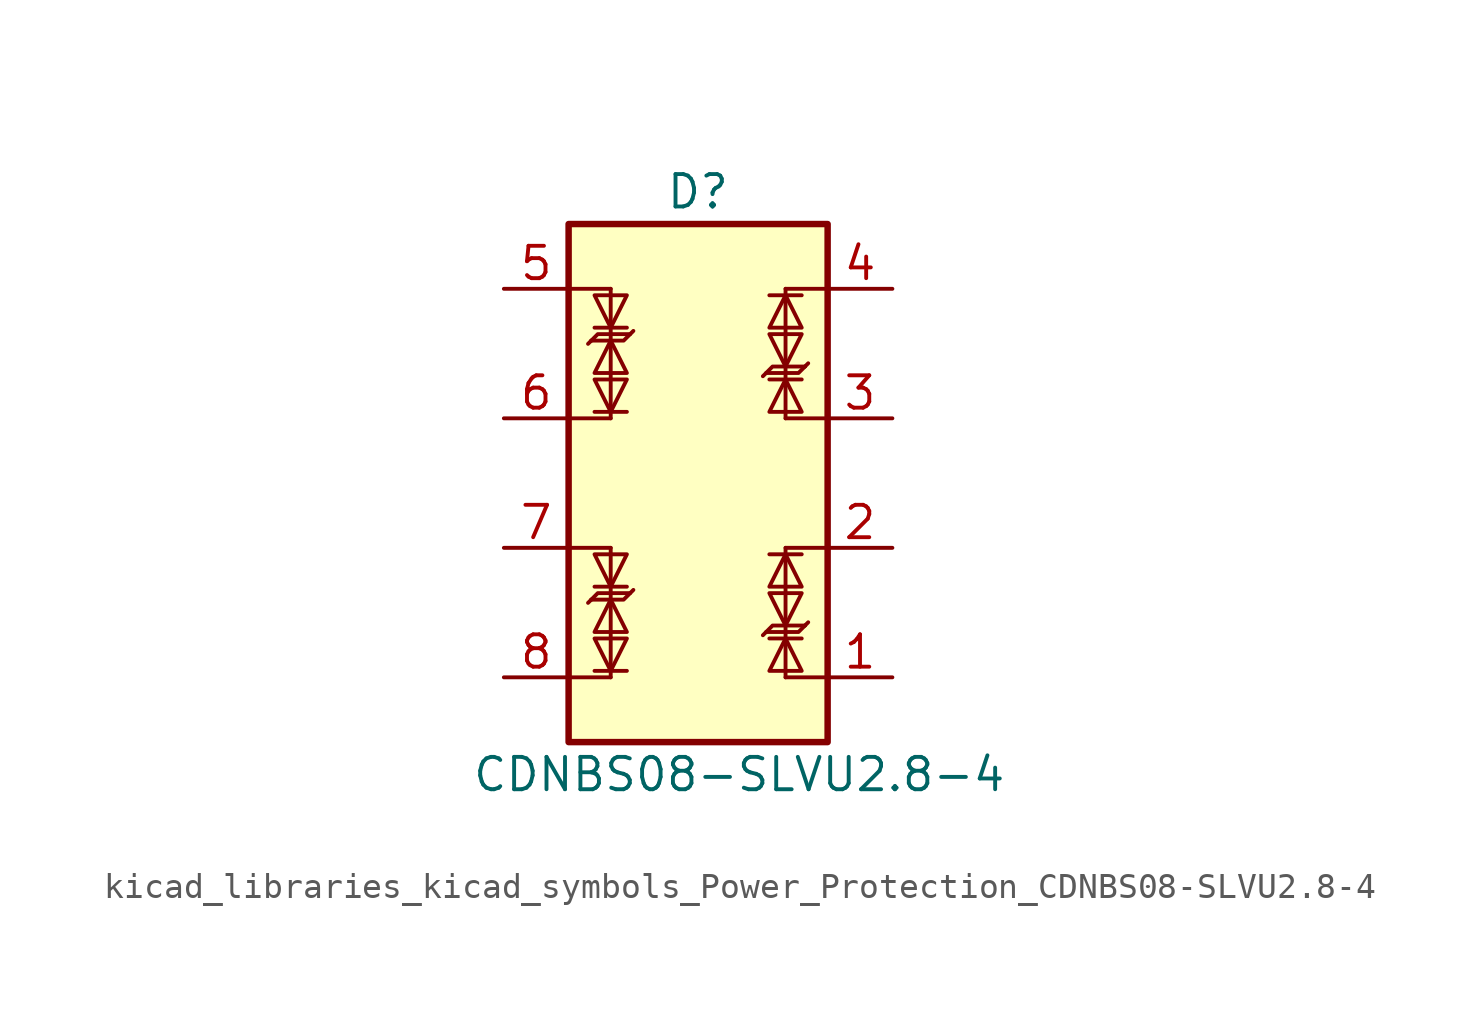
<source format=kicad_sym>
(kicad_symbol_lib
  (version 20220914)
  (generator kicad_symbol_editor)
  (symbol "kicad_libraries_kicad_symbols_Power_Protection_CDNBS08-SLVU2.8-4"
    (pin_names hide)
    (property "Reference" "D"
      (at 1.27 11.43 0)
      (effects (font (size 1.27 1.27)) (justify right)))
    (property "Value" "CDNBS08-SLVU2.8-4"
      (at -8.89 -11.43 0)
      (effects (font (size 1.27 1.27)) (justify left)))
    (symbol "kicad_libraries_kicad_symbols_Power_Protection_CDNBS08-SLVU2.8-4_0_1"
      (rectangle (start -5.08 10.16) (end 5.08 -10.16) (stroke (width 0.254) (type default)) (fill (type background)))
      (polyline (pts (xy -5.08 -7.62) (xy -3.429 -7.62)) (stroke (width 0) (type default)) (fill (type none)))
      (polyline (pts (xy -5.08 -2.54) (xy -3.429 -2.54)) (stroke (width 0) (type default)) (fill (type none)))
      (polyline (pts (xy -5.08 2.54) (xy -3.429 2.54)) (stroke (width 0) (type default)) (fill (type none)))
      (polyline (pts (xy -5.08 7.62) (xy -3.429 7.62)) (stroke (width 0) (type default)) (fill (type none)))
      (polyline (pts (xy -4.318 -4.699) (xy -4.191 -4.572)) (stroke (width 0) (type default)) (fill (type none)))
      (polyline (pts (xy -4.318 5.461) (xy -4.191 5.588)) (stroke (width 0) (type default)) (fill (type none)))
      (polyline (pts (xy -4.064 -7.366) (xy -2.794 -7.366)) (stroke (width 0) (type default)) (fill (type none)))
      (polyline (pts (xy -4.064 -4.064) (xy -2.794 -4.064)) (stroke (width 0) (type default)) (fill (type none)))
      (polyline (pts (xy -4.064 2.794) (xy -2.794 2.794)) (stroke (width 0) (type default)) (fill (type none)))
      (polyline (pts (xy -4.064 6.096) (xy -2.794 6.096)) (stroke (width 0) (type default)) (fill (type none)))
      (polyline (pts (xy -3.429 -7.62) (xy -3.429 -2.54)) (stroke (width 0) (type default)) (fill (type none)))
      (polyline (pts (xy -3.429 2.54) (xy -3.429 7.62)) (stroke (width 0) (type default)) (fill (type none)))
      (polyline (pts (xy 3.429 -2.54) (xy 3.429 -7.62)) (stroke (width 0) (type default)) (fill (type none)))
      (polyline (pts (xy 3.429 7.62) (xy 3.429 2.54)) (stroke (width 0) (type default)) (fill (type none)))
      (polyline (pts (xy 4.064 -6.096) (xy 2.794 -6.096)) (stroke (width 0) (type default)) (fill (type none)))
      (polyline (pts (xy 4.064 -2.794) (xy 2.794 -2.794)) (stroke (width 0) (type default)) (fill (type none)))
      (polyline (pts (xy 4.064 4.064) (xy 2.794 4.064)) (stroke (width 0) (type default)) (fill (type none)))
      (polyline (pts (xy 4.064 7.366) (xy 2.794 7.366)) (stroke (width 0) (type default)) (fill (type none)))
      (polyline (pts (xy 4.318 -5.461) (xy 4.191 -5.588)) (stroke (width 0) (type default)) (fill (type none)))
      (polyline (pts (xy 4.318 4.699) (xy 4.191 4.572)) (stroke (width 0) (type default)) (fill (type none)))
      (polyline (pts (xy 5.08 -7.62) (xy 3.429 -7.62)) (stroke (width 0) (type default)) (fill (type none)))
      (polyline (pts (xy 5.08 -2.54) (xy 3.429 -2.54)) (stroke (width 0) (type default)) (fill (type none)))
      (polyline (pts (xy 5.08 2.54) (xy 3.429 2.54)) (stroke (width 0) (type default)) (fill (type none)))
      (polyline (pts (xy 5.08 7.62) (xy 3.429 7.62)) (stroke (width 0) (type default)) (fill (type none)))
      (polyline (pts (xy -4.191 -4.572) (xy -3.937 -4.318) (xy -2.667 -4.318)) (stroke (width 0) (type default)) (fill (type none)))
      (polyline (pts (xy -4.191 -4.572) (xy -2.921 -4.572) (xy -2.54 -4.191)) (stroke (width 0) (type default)) (fill (type none)))
      (polyline (pts (xy -4.191 5.588) (xy -3.937 5.842) (xy -2.667 5.842)) (stroke (width 0) (type default)) (fill (type none)))
      (polyline (pts (xy -4.191 5.588) (xy -2.921 5.588) (xy -2.54 5.969)) (stroke (width 0) (type default)) (fill (type none)))
      (polyline (pts (xy 4.191 -5.588) (xy 2.921 -5.588) (xy 2.54 -5.969)) (stroke (width 0) (type default)) (fill (type none)))
      (polyline (pts (xy 4.191 -5.588) (xy 3.937 -5.842) (xy 2.667 -5.842)) (stroke (width 0) (type default)) (fill (type none)))
      (polyline (pts (xy 4.191 4.572) (xy 2.921 4.572) (xy 2.54 4.191)) (stroke (width 0) (type default)) (fill (type none)))
      (polyline (pts (xy 4.191 4.572) (xy 3.937 4.318) (xy 2.667 4.318)) (stroke (width 0) (type default)) (fill (type none)))
      (polyline (pts (xy -3.429 -7.366) (xy -4.064 -6.096) (xy -2.794 -6.096) (xy -3.429 -7.366)) (stroke (width 0) (type default)) (fill (type none)))
      (polyline (pts (xy -3.429 -4.572) (xy -2.794 -5.842) (xy -4.064 -5.842) (xy -3.429 -4.572)) (stroke (width 0) (type default)) (fill (type none)))
      (polyline (pts (xy -3.429 -4.064) (xy -4.064 -2.794) (xy -2.794 -2.794) (xy -3.429 -4.064)) (stroke (width 0) (type default)) (fill (type none)))
      (polyline (pts (xy -3.429 2.794) (xy -4.064 4.064) (xy -2.794 4.064) (xy -3.429 2.794)) (stroke (width 0) (type default)) (fill (type none)))
      (polyline (pts (xy -3.429 5.588) (xy -2.794 4.318) (xy -4.064 4.318) (xy -3.429 5.588)) (stroke (width 0) (type default)) (fill (type none)))
      (polyline (pts (xy -3.429 6.096) (xy -4.064 7.366) (xy -2.794 7.366) (xy -3.429 6.096)) (stroke (width 0) (type default)) (fill (type none)))
      (polyline (pts (xy 3.429 -6.096) (xy 4.064 -7.366) (xy 2.794 -7.366) (xy 3.429 -6.096)) (stroke (width 0) (type default)) (fill (type none)))
      (polyline (pts (xy 3.429 -5.588) (xy 2.794 -4.318) (xy 4.064 -4.318) (xy 3.429 -5.588)) (stroke (width 0) (type default)) (fill (type none)))
      (polyline (pts (xy 3.429 -2.794) (xy 4.064 -4.064) (xy 2.794 -4.064) (xy 3.429 -2.794)) (stroke (width 0) (type default)) (fill (type none)))
      (polyline (pts (xy 3.429 4.064) (xy 4.064 2.794) (xy 2.794 2.794) (xy 3.429 4.064)) (stroke (width 0) (type default)) (fill (type none)))
      (polyline (pts (xy 3.429 4.572) (xy 2.794 5.842) (xy 4.064 5.842) (xy 3.429 4.572)) (stroke (width 0) (type default)) (fill (type none)))
      (polyline (pts (xy 3.429 7.366) (xy 4.064 6.096) (xy 2.794 6.096) (xy 3.429 7.366)) (stroke (width 0) (type default)) (fill (type none))))
    (symbol "kicad_libraries_kicad_symbols_Power_Protection_CDNBS08-SLVU2.8-4_1_1"
      (pin passive line (at 7.62 -7.62 180) (length 2.54) (name "TVS1" (effects (font (size 1.27 1.27)))) (number "1" (effects (font (size 1.27 1.27)))))
      (pin passive line (at 7.62 -2.54 180) (length 2.54) (name "TVS2" (effects (font (size 1.27 1.27)))) (number "2" (effects (font (size 1.27 1.27)))))
      (pin passive line (at 7.62 2.54 180) (length 2.54) (name "TVS1" (effects (font (size 1.27 1.27)))) (number "3" (effects (font (size 1.27 1.27)))))
      (pin passive line (at 7.62 7.62 180) (length 2.54) (name "TVS2" (effects (font (size 1.27 1.27)))) (number "4" (effects (font (size 1.27 1.27)))))
      (pin passive line (at -7.62 7.62 0) (length 2.54) (name "TVS1" (effects (font (size 1.27 1.27)))) (number "5" (effects (font (size 1.27 1.27)))))
      (pin passive line (at -7.62 2.54 0) (length 2.54) (name "TVS2" (effects (font (size 1.27 1.27)))) (number "6" (effects (font (size 1.27 1.27)))))
      (pin passive line (at -7.62 -2.54 0) (length 2.54) (name "TVS1" (effects (font (size 1.27 1.27)))) (number "7" (effects (font (size 1.27 1.27)))))
      (pin passive line (at -7.62 -7.62 0) (length 2.54) (name "TVS2" (effects (font (size 1.27 1.27)))) (number "8" (effects (font (size 1.27 1.27))))))))
</source>
